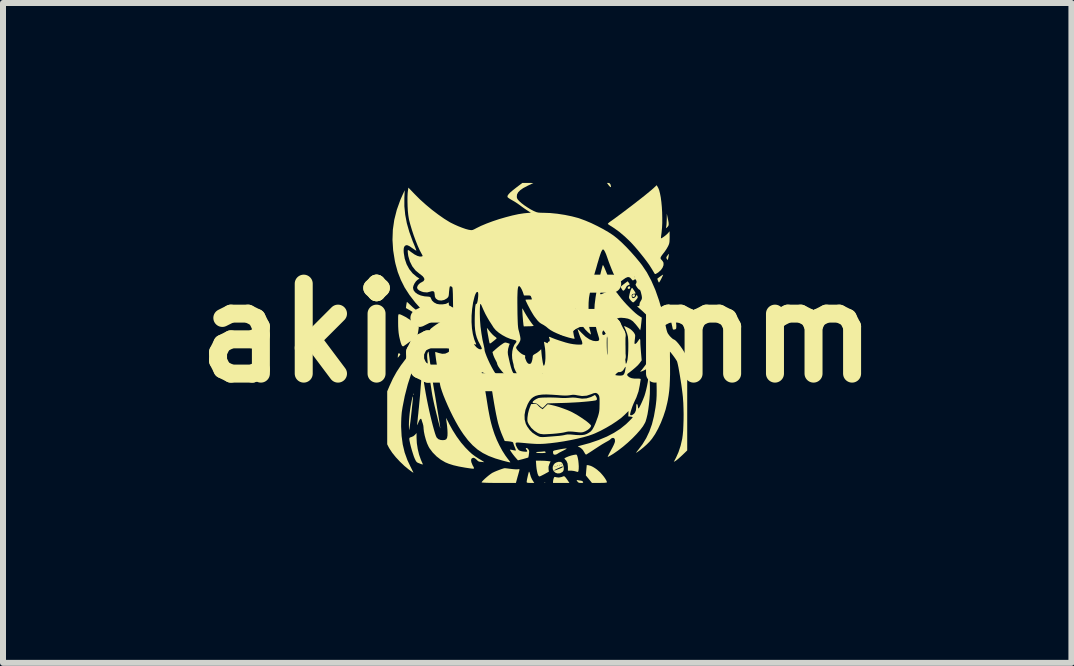
<source format=kicad_pcb>
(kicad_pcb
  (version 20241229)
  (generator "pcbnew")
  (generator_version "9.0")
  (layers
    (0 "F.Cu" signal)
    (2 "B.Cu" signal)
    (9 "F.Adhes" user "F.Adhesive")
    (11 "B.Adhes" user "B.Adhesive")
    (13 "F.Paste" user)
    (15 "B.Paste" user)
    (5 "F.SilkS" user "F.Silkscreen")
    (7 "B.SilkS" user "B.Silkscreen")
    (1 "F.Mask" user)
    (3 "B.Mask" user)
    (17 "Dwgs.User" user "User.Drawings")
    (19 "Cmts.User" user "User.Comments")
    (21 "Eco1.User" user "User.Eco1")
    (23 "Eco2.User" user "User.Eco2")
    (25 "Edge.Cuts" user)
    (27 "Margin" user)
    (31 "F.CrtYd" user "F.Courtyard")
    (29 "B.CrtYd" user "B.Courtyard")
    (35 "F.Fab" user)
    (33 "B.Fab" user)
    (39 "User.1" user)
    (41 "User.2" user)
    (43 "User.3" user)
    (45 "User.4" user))
  (footprint "akia_5mm"
    (layer "F.Cu")
    (at 5.907 2.501)
    (property "Reference" "akia_5mm" (at 0 0 0) (layer "F.SilkS") (effects (font (size 1.5 1.5) (thickness 0.3))))
    (attr board_only exclude_from_pos_files exclude_from_bom)
    (fp_poly (pts (xy -2.064 1.014) (xy -2.063 1.029) (xy -2.065 1.033) (xy -2.07 1.03) (xy -2.07 1.02) (xy -2.068 1.01)) (stroke (width 0) (type solid)) (fill yes) (layer "F.SilkS"))
    (fp_poly (pts (xy 0.134 2.494) (xy 0.132 2.5) (xy 0.127 2.501) (xy 0.119 2.497) (xy 0.12 2.494) (xy 0.132 2.493)) (stroke (width 0) (type solid)) (fill yes) (layer "F.SilkS"))
    (fp_poly (pts (xy 1.209 -2.494) (xy 1.222 -2.475) (xy 1.23 -2.445) (xy 1.228 -2.431) (xy 1.217 -2.434) (xy 1.197 -2.455) (xy 1.194 -2.459) (xy 1.163 -2.501) (xy 1.187 -2.501)) (stroke (width 0) (type solid)) (fill yes) (layer "F.SilkS"))
    (fp_poly (pts (xy 1.545 -0.774) (xy 1.551 -0.757) (xy 1.55 -0.748) (xy 1.537 -0.735) (xy 1.519 -0.735) (xy 1.509 -0.743) (xy 1.508 -0.758) (xy 1.519 -0.772) (xy 1.535 -0.778)) (stroke (width 0) (type solid)) (fill yes) (layer "F.SilkS"))
    (fp_poly (pts (xy 1.628 -0.64) (xy 1.63 -0.623) (xy 1.621 -0.605) (xy 1.606 -0.597) (xy 1.591 -0.602) (xy 1.587 -0.609) (xy 1.586 -0.631) (xy 1.601 -0.643) (xy 1.613 -0.645)) (stroke (width 0) (type solid)) (fill yes) (layer "F.SilkS"))
    (fp_poly (pts (xy -2.296 0.342) (xy -2.294 0.344) (xy -2.284 0.354) (xy -2.285 0.364) (xy -2.299 0.383) (xy -2.301 0.386) (xy -2.325 0.415) (xy -2.324 0.391) (xy -2.321 0.364) (xy -2.317 0.349) (xy -2.309 0.337)) (stroke (width 0) (type solid)) (fill yes) (layer "F.SilkS"))
    (fp_poly (pts (xy 1.302 -0.071) (xy 1.306 -0.051) (xy 1.298 -0.018) (xy 1.294 -0.008) (xy 1.272 0.032) (xy 1.252 0.054) (xy 1.235 0.057) (xy 1.228 0.052) (xy 1.221 0.033) (xy 1.225 0.004) (xy 1.238 -0.028) (xy 1.246 -0.042) (xy 1.27 -0.069) (xy 1.289 -0.078)) (stroke (width 0) (type solid)) (fill yes) (layer "F.SilkS"))
    (fp_poly (pts (xy 2.173 -1.929) (xy 2.184 -1.875) (xy 2.191 -1.836) (xy 2.192 -1.808) (xy 2.188 -1.789) (xy 2.179 -1.775) (xy 2.171 -1.767) (xy 2.146 -1.744) (xy 2.153 -1.783) (xy 2.156 -1.811) (xy 2.158 -1.852) (xy 2.16 -1.896) (xy 2.16 -1.905) (xy 2.161 -1.988)) (stroke (width 0) (type solid)) (fill yes) (layer "F.SilkS"))
    (fp_poly (pts (xy 2.195 -1.31) (xy 2.192 -1.29) (xy 2.188 -1.264) (xy 2.183 -1.24) (xy 2.179 -1.228) (xy 2.174 -1.217) (xy 2.167 -1.222) (xy 2.16 -1.234) (xy 2.153 -1.252) (xy 2.156 -1.268) (xy 2.17 -1.288) (xy 2.184 -1.308) (xy 2.194 -1.318) (xy 2.194 -1.319)) (stroke (width 0) (type solid)) (fill yes) (layer "F.SilkS"))
    (fp_poly (pts (xy 0.674 2.455) (xy 0.675 2.455) (xy 0.704 2.46) (xy 0.725 2.462) (xy 0.751 2.469) (xy 0.762 2.481) (xy 0.767 2.493) (xy 0.761 2.499) (xy 0.742 2.501) (xy 0.729 2.501) (xy 0.7 2.499) (xy 0.681 2.49) (xy 0.669 2.475) (xy 0.658 2.457) (xy 0.659 2.452)) (stroke (width 0) (type solid)) (fill yes) (layer "F.SilkS"))
    (fp_poly (pts (xy 0.456 2.393) (xy 0.474 2.411) (xy 0.494 2.438) (xy 0.497 2.442) (xy 0.537 2.501) (xy 0.401 2.501) (xy 0.264 2.501) (xy 0.264 2.478) (xy 0.267 2.452) (xy 0.274 2.426) (xy 0.282 2.407) (xy 0.292 2.401) (xy 0.311 2.404) (xy 0.322 2.407) (xy 0.359 2.411) (xy 0.4 2.404) (xy 0.446 2.388)) (stroke (width 0) (type solid)) (fill yes) (layer "F.SilkS"))
    (fp_poly (pts (xy 0.137 1.982) (xy 0.14 1.987) (xy 0.141 1.995) (xy 0.133 1.999) (xy 0.114 2.002) (xy 0.08 2.003) (xy 0.063 2.003) (xy 0.023 2.002) (xy -0.006 1.999) (xy -0.019 1.994) (xy -0.02 1.993) (xy -0.011 1.987) (xy 0.011 1.983) (xy 0.022 1.983) (xy 0.059 1.981) (xy 0.094 1.978) (xy 0.099 1.977) (xy 0.124 1.975)) (stroke (width 0) (type solid)) (fill yes) (layer "F.SilkS"))
    (fp_poly (pts (xy -0.132 2.317) (xy -0.124 2.336) (xy -0.118 2.358) (xy -0.106 2.399) (xy -0.087 2.441) (xy -0.078 2.456) (xy -0.049 2.501) (xy -0.113 2.501) (xy -0.149 2.5) (xy -0.169 2.496) (xy -0.176 2.489) (xy -0.176 2.487) (xy -0.174 2.468) (xy -0.169 2.438) (xy -0.161 2.402) (xy -0.153 2.366) (xy -0.145 2.336) (xy -0.139 2.316) (xy -0.137 2.313)) (stroke (width 0) (type solid)) (fill yes) (layer "F.SilkS"))
    (fp_poly (pts (xy 2.096 -0.96) (xy 2.085 -0.937) (xy 2.071 -0.908) (xy 2.056 -0.879) (xy 2.042 -0.855) (xy 2.033 -0.842) (xy 2.031 -0.84) (xy 2.023 -0.848) (xy 2.014 -0.868) (xy 2.013 -0.871) (xy 2.006 -0.892) (xy 2.003 -0.904) (xy 2.003 -0.904) (xy 2.01 -0.911) (xy 2.029 -0.925) (xy 2.052 -0.942) (xy 2.077 -0.959) (xy 2.095 -0.97) (xy 2.1 -0.972)) (stroke (width 0) (type solid)) (fill yes) (layer "F.SilkS"))
    (fp_poly (pts (xy 0.855 2.206) (xy 0.897 2.218) (xy 0.945 2.243) (xy 0.996 2.278) (xy 1.046 2.322) (xy 1.06 2.336) (xy 1.097 2.379) (xy 1.128 2.42) (xy 1.15 2.456) (xy 1.162 2.484) (xy 1.163 2.491) (xy 1.153 2.495) (xy 1.125 2.499) (xy 1.08 2.5) (xy 1.038 2.501) (xy 0.913 2.501) (xy 0.862 2.438) (xy 0.811 2.376) (xy 0.818 2.289) (xy 0.826 2.203)) (stroke (width 0) (type solid)) (fill yes) (layer "F.SilkS"))
    (fp_poly (pts (xy 1.526 -0.838) (xy 1.54 -0.817) (xy 1.54 -0.806) (xy 1.526 -0.799) (xy 1.519 -0.797) (xy 1.495 -0.782) (xy 1.484 -0.764) (xy 1.47 -0.738) (xy 1.454 -0.716) (xy 1.438 -0.704) (xy 1.435 -0.703) (xy 1.424 -0.711) (xy 1.42 -0.716) (xy 1.41 -0.733) (xy 1.399 -0.749) (xy 1.394 -0.761) (xy 1.395 -0.771) (xy 1.405 -0.783) (xy 1.428 -0.801) (xy 1.447 -0.816) (xy 1.508 -0.861)) (stroke (width 0) (type solid)) (fill yes) (layer "F.SilkS"))
    (fp_poly (pts (xy 0.05 2.13) (xy 0.095 2.131) (xy 0.14 2.133) (xy 0.172 2.136) (xy 0.223 2.142) (xy 0.203 2.186) (xy 0.189 2.23) (xy 0.189 2.271) (xy 0.195 2.312) (xy 0.123 2.353) (xy 0.088 2.371) (xy 0.058 2.386) (xy 0.039 2.393) (xy 0.036 2.393) (xy 0.022 2.384) (xy 0.009 2.355) (xy 0.005 2.342) (xy -0.003 2.307) (xy -0.011 2.262) (xy -0.016 2.215) (xy -0.016 2.211) (xy -0.022 2.13)) (stroke (width 0) (type solid)) (fill yes) (layer "F.SilkS"))
    (fp_poly (pts (xy 0.49 1.927) (xy 0.489 1.932) (xy 0.471 1.943) (xy 0.441 1.959) (xy 0.403 1.978) (xy 0.368 1.996) (xy 0.344 2.011) (xy 0.342 2.013) (xy 0.313 2.028) (xy 0.289 2.03) (xy 0.276 2.026) (xy 0.267 2.013) (xy 0.264 1.992) (xy 0.264 1.98) (xy 0.266 1.971) (xy 0.274 1.965) (xy 0.29 1.959) (xy 0.317 1.953) (xy 0.358 1.945) (xy 0.389 1.939) (xy 0.441 1.93) (xy 0.475 1.926)) (stroke (width 0) (type solid)) (fill yes) (layer "F.SilkS"))
    (fp_poly (pts (xy -0.83 -0.075) (xy -0.814 -0.055) (xy -0.798 -0.034) (xy -0.77 0.0002) (xy -0.74 0.032) (xy -0.715 0.054) (xy -0.692 0.071) (xy -0.678 0.084) (xy -0.675 0.088) (xy -0.682 0.096) (xy -0.701 0.113) (xy -0.728 0.135) (xy -0.733 0.139) (xy -0.762 0.162) (xy -0.781 0.174) (xy -0.791 0.175) (xy -0.795 0.168) (xy -0.799 0.151) (xy -0.805 0.12) (xy -0.813 0.077) (xy -0.822 0.028) (xy -0.831 -0.024) (xy -0.836 -0.058) (xy -0.839 -0.075) (xy -0.837 -0.081)) (stroke (width 0) (type solid)) (fill yes) (layer "F.SilkS"))
    (fp_poly (pts (xy -0.243 -0.403) (xy -0.232 -0.384) (xy -0.219 -0.36) (xy -0.203 -0.331) (xy -0.181 -0.294) (xy -0.156 -0.254) (xy -0.13 -0.214) (xy -0.105 -0.179) (xy -0.085 -0.151) (xy -0.071 -0.134) (xy -0.069 -0.132) (xy -0.059 -0.123) (xy -0.065 -0.117) (xy -0.087 -0.113) (xy -0.127 -0.111) (xy -0.141 -0.111) (xy -0.224 -0.109) (xy -0.23 -0.14) (xy -0.232 -0.162) (xy -0.236 -0.196) (xy -0.239 -0.238) (xy -0.243 -0.283) (xy -0.246 -0.327) (xy -0.248 -0.365) (xy -0.249 -0.394) (xy -0.249 -0.408) (xy -0.249 -0.409)) (stroke (width 0) (type solid)) (fill yes) (layer "F.SilkS"))
    (fp_poly (pts (xy -2.072 1.07) (xy -2.073 1.088) (xy -2.076 1.122) (xy -2.08 1.167) (xy -2.086 1.222) (xy -2.092 1.282) (xy -2.099 1.345) (xy -2.106 1.409) (xy -2.113 1.469) (xy -2.12 1.523) (xy -2.126 1.568) (xy -2.131 1.6) (xy -2.134 1.618) (xy -2.134 1.62) (xy -2.136 1.613) (xy -2.138 1.59) (xy -2.139 1.556) (xy -2.139 1.523) (xy -2.138 1.473) (xy -2.133 1.411) (xy -2.127 1.345) (xy -2.12 1.287) (xy -2.11 1.223) (xy -2.1 1.167) (xy -2.091 1.121) (xy -2.084 1.086) (xy -2.078 1.065) (xy -2.074 1.059)) (stroke (width 0) (type solid)) (fill yes) (layer "F.SilkS"))
    (fp_poly (pts (xy 0.656 2.03) (xy 0.658 2.031) (xy 0.668 2.051) (xy 0.677 2.085) (xy 0.685 2.128) (xy 0.69 2.177) (xy 0.693 2.224) (xy 0.692 2.266) (xy 0.688 2.298) (xy 0.686 2.307) (xy 0.679 2.316) (xy 0.666 2.316) (xy 0.645 2.31) (xy 0.614 2.302) (xy 0.576 2.297) (xy 0.561 2.297) (xy 0.512 2.296) (xy 0.512 2.233) (xy 0.506 2.177) (xy 0.488 2.134) (xy 0.46 2.103) (xy 0.453 2.096) (xy 0.459 2.088) (xy 0.479 2.077) (xy 0.489 2.072) (xy 0.529 2.056) (xy 0.57 2.043) (xy 0.608 2.034) (xy 0.638 2.029)) (stroke (width 0) (type solid)) (fill yes) (layer "F.SilkS"))
    (fp_poly (pts (xy -2.012 1.747) (xy -2.007 1.839) (xy -1.992 1.936) (xy -1.969 2.031) (xy -1.939 2.116) (xy -1.923 2.153) (xy -1.912 2.176) (xy -1.907 2.191) (xy -1.907 2.193) (xy -1.917 2.192) (xy -1.94 2.185) (xy -1.962 2.176) (xy -1.991 2.165) (xy -2.01 2.152) (xy -2.024 2.133) (xy -2.039 2.102) (xy -2.042 2.096) (xy -2.057 2.059) (xy -2.073 2.01) (xy -2.09 1.955) (xy -2.106 1.898) (xy -2.119 1.845) (xy -2.128 1.801) (xy -2.132 1.779) (xy -2.132 1.756) (xy -2.124 1.745) (xy -2.103 1.737) (xy -2.098 1.736) (xy -2.064 1.721) (xy -2.037 1.698) (xy -2.012 1.669)) (stroke (width 0) (type solid)) (fill yes) (layer "F.SilkS"))
    (fp_poly (pts (xy 2.211 -0.465) (xy 2.223 -0.446) (xy 2.239 -0.412) (xy 2.243 -0.405) (xy 2.282 -0.308) (xy 2.307 -0.22) (xy 2.318 -0.141) (xy 2.319 -0.13) (xy 2.319 -0.096) (xy 2.317 -0.075) (xy 2.311 -0.065) (xy 2.299 -0.059) (xy 2.293 -0.058) (xy 2.269 -0.055) (xy 2.262 -0.062) (xy 2.258 -0.075) (xy 2.252 -0.104) (xy 2.243 -0.144) (xy 2.232 -0.192) (xy 2.228 -0.21) (xy 2.216 -0.264) (xy 2.204 -0.315) (xy 2.193 -0.359) (xy 2.185 -0.39) (xy 2.183 -0.395) (xy 2.173 -0.431) (xy 2.17 -0.453) (xy 2.174 -0.465) (xy 2.185 -0.471) (xy 2.189 -0.472) (xy 2.2 -0.472)) (stroke (width 0) (type solid)) (fill yes) (layer "F.SilkS"))
    (fp_poly (pts (xy -1.461 -0.256) (xy -1.455 -0.249) (xy -1.454 -0.247) (xy -1.448 -0.22) (xy -1.446 -0.179) (xy -1.447 -0.13) (xy -1.45 -0.077) (xy -1.456 -0.026) (xy -1.464 0.018) (xy -1.465 0.023) (xy -1.481 0.076) (xy -1.5 0.125) (xy -1.521 0.168) (xy -1.542 0.2) (xy -1.561 0.219) (xy -1.569 0.223) (xy -1.585 0.219) (xy -1.614 0.209) (xy -1.652 0.192) (xy -1.695 0.17) (xy -1.698 0.169) (xy -1.808 0.112) (xy -1.801 0.029) (xy -1.798 -0.013) (xy -1.793 -0.04) (xy -1.786 -0.058) (xy -1.774 -0.071) (xy -1.769 -0.076) (xy -1.734 -0.103) (xy -1.688 -0.136) (xy -1.636 -0.17) (xy -1.584 -0.201) (xy -1.539 -0.226) (xy -1.524 -0.234) (xy -1.491 -0.249) (xy -1.471 -0.256)) (stroke (width 0) (type solid)) (fill yes) (layer "F.SilkS"))
    (fp_poly (pts (xy -0.529 2.256) (xy -0.501 2.259) (xy -0.464 2.264) (xy -0.446 2.266) (xy -0.402 2.271) (xy -0.362 2.274) (xy -0.332 2.274) (xy -0.325 2.273) (xy -0.303 2.271) (xy -0.295 2.275) (xy -0.296 2.284) (xy -0.3 2.3) (xy -0.308 2.33) (xy -0.319 2.37) (xy -0.328 2.401) (xy -0.355 2.501) (xy -0.641 2.501) (xy -0.714 2.501) (xy -0.78 2.5) (xy -0.837 2.499) (xy -0.882 2.497) (xy -0.913 2.495) (xy -0.927 2.493) (xy -0.928 2.493) (xy -0.921 2.48) (xy -0.901 2.458) (xy -0.873 2.431) (xy -0.84 2.402) (xy -0.806 2.374) (xy -0.774 2.35) (xy -0.747 2.332) (xy -0.742 2.33) (xy -0.711 2.315) (xy -0.673 2.299) (xy -0.631 2.283) (xy -0.592 2.269) (xy -0.561 2.259) (xy -0.542 2.255)) (stroke (width 0) (type solid)) (fill yes) (layer "F.SilkS"))
    (fp_poly (pts (xy 1.589 -0.745) (xy 1.602 -0.726) (xy 1.618 -0.703) (xy 1.632 -0.68) (xy 1.64 -0.663) (xy 1.641 -0.66) (xy 1.633 -0.656) (xy 1.612 -0.653) (xy 1.609 -0.653) (xy 1.587 -0.647) (xy 1.577 -0.634) (xy 1.575 -0.624) (xy 1.578 -0.597) (xy 1.591 -0.582) (xy 1.611 -0.581) (xy 1.632 -0.594) (xy 1.648 -0.615) (xy 1.659 -0.637) (xy 1.67 -0.616) (xy 1.676 -0.602) (xy 1.675 -0.59) (xy 1.666 -0.573) (xy 1.646 -0.549) (xy 1.633 -0.535) (xy 1.614 -0.517) (xy 1.6 -0.509) (xy 1.598 -0.509) (xy 1.586 -0.516) (xy 1.567 -0.534) (xy 1.557 -0.545) (xy 1.54 -0.566) (xy 1.532 -0.582) (xy 1.531 -0.601) (xy 1.536 -0.629) (xy 1.538 -0.64) (xy 1.548 -0.681) (xy 1.559 -0.716) (xy 1.571 -0.741) (xy 1.581 -0.752) (xy 1.582 -0.752)) (stroke (width 0) (type solid)) (fill yes) (layer "F.SilkS"))
    (fp_poly (pts (xy -2.279 -0.307) (xy -2.242 -0.29) (xy -2.197 -0.267) (xy -2.149 -0.237) (xy -2.101 -0.205) (xy -2.057 -0.172) (xy -2.021 -0.141) (xy -2.015 -0.135) (xy -1.974 -0.093) (xy -1.984 -0.025) (xy -1.992 0.018) (xy -2.003 0.047) (xy -2.019 0.07) (xy -2.019 0.071) (xy -2.038 0.088) (xy -2.051 0.097) (xy -2.053 0.098) (xy -2.063 0.103) (xy -2.085 0.118) (xy -2.116 0.14) (xy -2.144 0.161) (xy -2.179 0.187) (xy -2.209 0.208) (xy -2.229 0.221) (xy -2.236 0.225) (xy -2.249 0.218) (xy -2.255 0.212) (xy -2.264 0.194) (xy -2.276 0.16) (xy -2.288 0.115) (xy -2.3 0.064) (xy -2.306 0.029) (xy -2.311 -0.005) (xy -2.315 -0.052) (xy -2.318 -0.108) (xy -2.319 -0.165) (xy -2.319 -0.173) (xy -2.319 -0.229) (xy -2.319 -0.268) (xy -2.317 -0.293) (xy -2.313 -0.307) (xy -2.308 -0.312) (xy -2.306 -0.313)) (stroke (width 0) (type solid)) (fill yes) (layer "F.SilkS"))
    (fp_poly (pts (xy -1.811 0.318) (xy -1.807 0.339) (xy -1.802 0.377) (xy -1.801 0.386) (xy -1.792 0.451) (xy -1.782 0.525) (xy -1.771 0.604) (xy -1.76 0.684) (xy -1.749 0.76) (xy -1.739 0.829) (xy -1.73 0.886) (xy -1.724 0.923) (xy -1.701 1.056) (xy -1.682 1.171) (xy -1.666 1.269) (xy -1.652 1.352) (xy -1.641 1.42) (xy -1.632 1.474) (xy -1.626 1.517) (xy -1.621 1.548) (xy -1.618 1.57) (xy -1.616 1.584) (xy -1.616 1.59) (xy -1.616 1.59) (xy -1.619 1.582) (xy -1.626 1.558) (xy -1.637 1.519) (xy -1.65 1.47) (xy -1.664 1.411) (xy -1.674 1.371) (xy -1.695 1.285) (xy -1.712 1.214) (xy -1.726 1.151) (xy -1.738 1.094) (xy -1.749 1.037) (xy -1.759 0.977) (xy -1.769 0.91) (xy -1.781 0.832) (xy -1.792 0.752) (xy -1.806 0.654) (xy -1.817 0.574) (xy -1.825 0.509) (xy -1.83 0.457) (xy -1.834 0.417) (xy -1.835 0.386) (xy -1.834 0.363) (xy -1.831 0.345) (xy -1.826 0.331) (xy -1.826 0.33) (xy -1.819 0.316) (xy -1.815 0.311)) (stroke (width 0) (type solid)) (fill yes) (layer "F.SilkS"))
    (fp_poly (pts (xy 0.979 1.056) (xy 0.992 1.08) (xy 0.996 1.099) (xy 0.992 1.116) (xy 0.975 1.125) (xy 0.964 1.127) (xy 0.918 1.134) (xy 0.856 1.141) (xy 0.781 1.148) (xy 0.696 1.155) (xy 0.605 1.16) (xy 0.511 1.165) (xy 0.418 1.168) (xy 0.408 1.168) (xy 0.167 1.175) (xy 0.13 1.213) (xy 0.109 1.234) (xy 0.092 1.248) (xy 0.086 1.25) (xy 0.075 1.244) (xy 0.055 1.228) (xy 0.035 1.211) (xy 0.006 1.187) (xy -0.019 1.175) (xy -0.043 1.172) (xy -0.069 1.169) (xy -0.078 1.159) (xy -0.078 1.158) (xy -0.07 1.141) (xy -0.048 1.122) (xy -0.018 1.103) (xy 0.015 1.088) (xy 0.024 1.085) (xy 0.051 1.081) (xy 0.092 1.078) (xy 0.144 1.077) (xy 0.203 1.076) (xy 0.264 1.077) (xy 0.322 1.079) (xy 0.373 1.082) (xy 0.381 1.083) (xy 0.422 1.085) (xy 0.472 1.085) (xy 0.523 1.082) (xy 0.532 1.081) (xy 0.594 1.077) (xy 0.642 1.08) (xy 0.667 1.084) (xy 0.747 1.096) (xy 0.823 1.091) (xy 0.892 1.07) (xy 0.904 1.065) (xy 0.962 1.034)) (stroke (width 0) (type solid)) (fill yes) (layer "F.SilkS"))
    (fp_poly (pts (xy -1.897 0.093) (xy -1.89 0.102) (xy -1.878 0.126) (xy -1.876 0.141) (xy -1.88 0.156) (xy -1.891 0.186) (xy -1.909 0.225) (xy -1.931 0.272) (xy -1.945 0.303) (xy -2.025 0.479) (xy -2.096 0.665) (xy -2.158 0.857) (xy -2.208 1.05) (xy -2.245 1.237) (xy -2.258 1.319) (xy -2.262 1.364) (xy -2.266 1.421) (xy -2.268 1.485) (xy -2.269 1.548) (xy -2.269 1.563) (xy -2.261 1.718) (xy -2.242 1.861) (xy -2.21 1.994) (xy -2.164 2.122) (xy -2.114 2.227) (xy -2.094 2.267) (xy -2.078 2.3) (xy -2.067 2.322) (xy -2.064 2.331) (xy -2.072 2.327) (xy -2.093 2.313) (xy -2.121 2.292) (xy -2.138 2.28) (xy -2.215 2.217) (xy -2.289 2.146) (xy -2.357 2.073) (xy -2.416 2) (xy -2.462 1.931) (xy -2.478 1.903) (xy -2.501 1.857) (xy -2.501 1.416) (xy -2.501 0.974) (xy -2.461 0.88) (xy -2.406 0.761) (xy -2.344 0.649) (xy -2.274 0.542) (xy -2.193 0.434) (xy -2.097 0.321) (xy -2.079 0.302) (xy -2.047 0.265) (xy -2.019 0.23) (xy -1.998 0.201) (xy -1.989 0.184) (xy -1.973 0.157) (xy -1.95 0.128) (xy -1.939 0.117) (xy -1.918 0.098) (xy -1.905 0.09)) (stroke (width 0) (type solid)) (fill yes) (layer "F.SilkS"))
    (fp_poly (pts (xy -0.006 1.189) (xy 0.009 1.203) (xy 0.011 1.206) (xy 0.033 1.229) (xy 0.059 1.251) (xy 0.06 1.251) (xy 0.09 1.272) (xy 0.132 1.231) (xy 0.175 1.189) (xy 0.236 1.201) (xy 0.294 1.215) (xy 0.363 1.235) (xy 0.434 1.26) (xy 0.503 1.286) (xy 0.561 1.311) (xy 0.571 1.316) (xy 0.623 1.344) (xy 0.677 1.375) (xy 0.73 1.409) (xy 0.781 1.444) (xy 0.826 1.476) (xy 0.862 1.506) (xy 0.887 1.53) (xy 0.898 1.546) (xy 0.899 1.549) (xy 0.89 1.57) (xy 0.868 1.596) (xy 0.837 1.62) (xy 0.801 1.64) (xy 0.799 1.641) (xy 0.762 1.655) (xy 0.728 1.659) (xy 0.694 1.657) (xy 0.631 1.65) (xy 0.583 1.645) (xy 0.547 1.644) (xy 0.518 1.644) (xy 0.493 1.648) (xy 0.468 1.654) (xy 0.464 1.655) (xy 0.432 1.662) (xy 0.385 1.669) (xy 0.327 1.676) (xy 0.263 1.682) (xy 0.199 1.686) (xy 0.138 1.689) (xy 0.103 1.69) (xy 0.049 1.683) (xy 0.013 1.67) (xy -0.046 1.632) (xy -0.099 1.583) (xy -0.139 1.527) (xy -0.141 1.524) (xy -0.154 1.497) (xy -0.162 1.475) (xy -0.164 1.45) (xy -0.163 1.416) (xy -0.161 1.399) (xy -0.153 1.343) (xy -0.138 1.284) (xy -0.128 1.255) (xy -0.102 1.187) (xy -0.055 1.184) (xy -0.025 1.184)) (stroke (width 0) (type solid)) (fill yes) (layer "F.SilkS"))
    (fp_poly (pts (xy 0.389 2.15) (xy 0.405 2.157) (xy 0.423 2.179) (xy 0.436 2.213) (xy 0.443 2.252) (xy 0.443 2.257) (xy 0.441 2.287) (xy 0.43 2.309) (xy 0.417 2.321) (xy 0.381 2.34) (xy 0.34 2.343) (xy 0.305 2.332) (xy 0.275 2.305) (xy 0.269 2.291) (xy 0.283 2.291) (xy 0.284 2.294) (xy 0.288 2.295) (xy 0.3 2.291) (xy 0.322 2.284) (xy 0.357 2.27) (xy 0.374 2.264) (xy 0.406 2.25) (xy 0.426 2.238) (xy 0.431 2.23) (xy 0.42 2.227) (xy 0.405 2.231) (xy 0.381 2.241) (xy 0.351 2.254) (xy 0.321 2.268) (xy 0.297 2.281) (xy 0.284 2.29) (xy 0.283 2.291) (xy 0.269 2.291) (xy 0.259 2.27) (xy 0.259 2.232) (xy 0.283 2.232) (xy 0.288 2.237) (xy 0.293 2.232) (xy 0.288 2.227) (xy 0.283 2.232) (xy 0.259 2.232) (xy 0.259 2.232) (xy 0.264 2.221) (xy 0.306 2.221) (xy 0.307 2.227) (xy 0.313 2.227) (xy 0.321 2.224) (xy 0.319 2.221) (xy 0.308 2.22) (xy 0.306 2.221) (xy 0.264 2.221) (xy 0.268 2.211) (xy 0.335 2.211) (xy 0.337 2.217) (xy 0.342 2.218) (xy 0.35 2.214) (xy 0.348 2.211) (xy 0.337 2.21) (xy 0.335 2.211) (xy 0.268 2.211) (xy 0.273 2.201) (xy 0.365 2.201) (xy 0.366 2.207) (xy 0.371 2.208) (xy 0.379 2.204) (xy 0.378 2.201) (xy 0.366 2.2) (xy 0.365 2.201) (xy 0.273 2.201) (xy 0.275 2.195) (xy 0.279 2.192) (xy 0.394 2.192) (xy 0.395 2.197) (xy 0.401 2.198) (xy 0.409 2.195) (xy 0.407 2.192) (xy 0.395 2.19) (xy 0.394 2.192) (xy 0.279 2.192) (xy 0.295 2.173) (xy 0.323 2.158) (xy 0.357 2.149)) (stroke (width 0) (type solid)) (fill yes) (layer "F.SilkS"))
    (fp_poly (pts (xy 2.018 -2.418) (xy 2.033 -2.381) (xy 2.047 -2.327) (xy 2.06 -2.26) (xy 2.07 -2.183) (xy 2.078 -2.099) (xy 2.083 -2.011) (xy 2.085 -1.921) (xy 2.085 -1.834) (xy 2.081 -1.752) (xy 2.074 -1.679) (xy 2.072 -1.662) (xy 2.067 -1.625) (xy 2.064 -1.595) (xy 2.063 -1.579) (xy 2.063 -1.577) (xy 2.073 -1.58) (xy 2.094 -1.592) (xy 2.119 -1.61) (xy 2.146 -1.631) (xy 2.169 -1.652) (xy 2.181 -1.664) (xy 2.207 -1.695) (xy 2.208 -1.596) (xy 2.207 -1.549) (xy 2.205 -1.516) (xy 2.2 -1.49) (xy 2.191 -1.465) (xy 2.179 -1.44) (xy 2.156 -1.4) (xy 2.127 -1.357) (xy 2.105 -1.329) (xy 2.077 -1.292) (xy 2.06 -1.266) (xy 2.056 -1.247) (xy 2.061 -1.231) (xy 2.075 -1.217) (xy 2.094 -1.193) (xy 2.106 -1.169) (xy 2.106 -1.169) (xy 2.106 -1.13) (xy 2.09 -1.088) (xy 2.061 -1.047) (xy 2.021 -1.011) (xy 1.995 -0.994) (xy 1.974 -0.983) (xy 1.963 -0.983) (xy 1.954 -0.994) (xy 1.951 -0.999) (xy 1.94 -1.018) (xy 1.922 -1.048) (xy 1.901 -1.083) (xy 1.897 -1.089) (xy 1.869 -1.133) (xy 1.831 -1.186) (xy 1.784 -1.248) (xy 1.733 -1.312) (xy 1.679 -1.378) (xy 1.626 -1.44) (xy 1.576 -1.495) (xy 1.55 -1.522) (xy 1.461 -1.607) (xy 1.369 -1.685) (xy 1.278 -1.75) (xy 1.243 -1.773) (xy 1.212 -1.792) (xy 1.189 -1.808) (xy 1.177 -1.817) (xy 1.177 -1.817) (xy 1.182 -1.826) (xy 1.199 -1.842) (xy 1.219 -1.857) (xy 1.287 -1.905) (xy 1.361 -1.96) (xy 1.439 -2.018) (xy 1.519 -2.079) (xy 1.598 -2.139) (xy 1.675 -2.199) (xy 1.747 -2.255) (xy 1.812 -2.307) (xy 1.867 -2.352) (xy 1.91 -2.388) (xy 1.934 -2.409) (xy 1.992 -2.463)) (stroke (width 0) (type solid)) (fill yes) (layer "F.SilkS"))
    (fp_poly (pts (xy -1.92 0.637) (xy -1.917 0.647) (xy -1.912 0.674) (xy -1.905 0.715) (xy -1.897 0.766) (xy -1.888 0.825) (xy -1.886 0.846) (xy -1.873 0.925) (xy -1.858 1.012) (xy -1.841 1.103) (xy -1.822 1.197) (xy -1.802 1.291) (xy -1.781 1.382) (xy -1.76 1.468) (xy -1.74 1.547) (xy -1.721 1.616) (xy -1.704 1.674) (xy -1.689 1.717) (xy -1.677 1.743) (xy -1.676 1.744) (xy -1.649 1.771) (xy -1.609 1.785) (xy -1.572 1.788) (xy -1.539 1.784) (xy -1.516 1.772) (xy -1.503 1.749) (xy -1.496 1.711) (xy -1.495 1.668) (xy -1.497 1.617) (xy -1.502 1.558) (xy -1.508 1.506) (xy -1.509 1.504) (xy -1.514 1.467) (xy -1.518 1.437) (xy -1.52 1.421) (xy -1.519 1.419) (xy -1.515 1.426) (xy -1.503 1.448) (xy -1.486 1.48) (xy -1.468 1.517) (xy -1.41 1.622) (xy -1.344 1.726) (xy -1.272 1.825) (xy -1.199 1.91) (xy -1.195 1.914) (xy -1.139 1.971) (xy -1.089 2.017) (xy -1.036 2.057) (xy -0.976 2.096) (xy -0.94 2.117) (xy -0.91 2.136) (xy -0.891 2.149) (xy -0.885 2.155) (xy -0.889 2.155) (xy -0.917 2.151) (xy -0.946 2.149) (xy -0.973 2.145) (xy -0.997 2.128) (xy -1.009 2.115) (xy -1.039 2.09) (xy -1.066 2.081) (xy -1.09 2.091) (xy -1.092 2.093) (xy -1.103 2.117) (xy -1.099 2.153) (xy -1.08 2.2) (xy -1.075 2.211) (xy -1.062 2.233) (xy -1.055 2.249) (xy -1.054 2.259) (xy -1.062 2.263) (xy -1.082 2.263) (xy -1.115 2.259) (xy -1.163 2.252) (xy -1.202 2.246) (xy -1.307 2.227) (xy -1.397 2.206) (xy -1.473 2.182) (xy -1.531 2.158) (xy -1.607 2.114) (xy -1.679 2.058) (xy -1.743 1.993) (xy -1.795 1.924) (xy -1.813 1.892) (xy -1.837 1.839) (xy -1.858 1.776) (xy -1.876 1.71) (xy -1.889 1.646) (xy -1.895 1.592) (xy -1.895 1.582) (xy -1.899 1.546) (xy -1.908 1.51) (xy -1.909 1.507) (xy -1.919 1.478) (xy -1.926 1.454) (xy -1.927 1.451) (xy -1.934 1.433) (xy -1.945 1.432) (xy -1.96 1.447) (xy -1.975 1.477) (xy -1.98 1.49) (xy -1.991 1.518) (xy -1.999 1.535) (xy -2.002 1.537) (xy -2.001 1.524) (xy -1.999 1.495) (xy -1.994 1.452) (xy -1.989 1.398) (xy -1.982 1.337) (xy -1.979 1.302) (xy -1.973 1.247) (xy -1.967 1.182) (xy -1.96 1.11) (xy -1.953 1.034) (xy -1.947 0.956) (xy -1.941 0.88) (xy -1.935 0.81) (xy -1.931 0.747) (xy -1.927 0.696) (xy -1.925 0.658) (xy -1.925 0.642) (xy -1.921 0.636)) (stroke (width 0) (type solid)) (fill yes) (layer "F.SilkS"))
    (fp_poly (pts (xy -2.215 -2.252) (xy -2.215 -2.111) (xy -2.201 -1.971) (xy -2.174 -1.829) (xy -2.132 -1.683) (xy -2.076 -1.528) (xy -2.054 -1.476) (xy -2.038 -1.436) (xy -2.025 -1.402) (xy -2.017 -1.379) (xy -2.015 -1.371) (xy -2.024 -1.375) (xy -2.045 -1.388) (xy -2.074 -1.408) (xy -2.086 -1.416) (xy -2.129 -1.446) (xy -2.161 -1.461) (xy -2.186 -1.463) (xy -2.205 -1.452) (xy -2.214 -1.441) (xy -2.222 -1.424) (xy -2.226 -1.402) (xy -2.227 -1.37) (xy -2.225 -1.335) (xy -2.209 -1.238) (xy -2.178 -1.146) (xy -2.134 -1.064) (xy -2.076 -0.992) (xy -2.008 -0.935) (xy -2.005 -0.933) (xy -1.964 -0.906) (xy -1.996 -0.885) (xy -2.022 -0.86) (xy -2.046 -0.825) (xy -2.064 -0.786) (xy -2.071 -0.753) (xy -2.071 -0.753) (xy -2.062 -0.713) (xy -2.035 -0.677) (xy -1.994 -0.647) (xy -1.941 -0.624) (xy -1.878 -0.61) (xy -1.85 -0.608) (xy -1.813 -0.605) (xy -1.791 -0.601) (xy -1.78 -0.594) (xy -1.774 -0.583) (xy -1.774 -0.581) (xy -1.754 -0.54) (xy -1.72 -0.508) (xy -1.676 -0.485) (xy -1.625 -0.473) (xy -1.572 -0.473) (xy -1.52 -0.486) (xy -1.505 -0.493) (xy -1.475 -0.509) (xy -1.473 -0.474) (xy -1.472 -0.444) (xy -1.471 -0.42) (xy -1.471 -0.42) (xy -1.475 -0.408) (xy -1.488 -0.396) (xy -1.515 -0.381) (xy -1.545 -0.368) (xy -1.591 -0.345) (xy -1.643 -0.317) (xy -1.688 -0.289) (xy -1.69 -0.288) (xy -1.724 -0.266) (xy -1.747 -0.253) (xy -1.762 -0.248) (xy -1.774 -0.25) (xy -1.787 -0.257) (xy -1.788 -0.257) (xy -1.809 -0.269) (xy -1.823 -0.273) (xy -1.823 -0.273) (xy -1.822 -0.269) (xy -1.807 -0.259) (xy -1.805 -0.258) (xy -1.786 -0.245) (xy -1.778 -0.235) (xy -1.778 -0.235) (xy -1.785 -0.225) (xy -1.802 -0.208) (xy -1.824 -0.188) (xy -1.846 -0.17) (xy -1.863 -0.158) (xy -1.868 -0.156) (xy -1.875 -0.164) (xy -1.886 -0.182) (xy -1.907 -0.21) (xy -1.941 -0.245) (xy -1.984 -0.283) (xy -2.033 -0.32) (xy -2.084 -0.354) (xy -2.105 -0.367) (xy -2.189 -0.415) (xy -2.183 -0.464) (xy -2.178 -0.493) (xy -2.174 -0.512) (xy -2.173 -0.517) (xy -2.165 -0.512) (xy -2.147 -0.496) (xy -2.122 -0.472) (xy -2.109 -0.46) (xy -2.079 -0.431) (xy -2.043 -0.401) (xy -2.006 -0.372) (xy -1.971 -0.347) (xy -1.942 -0.33) (xy -1.924 -0.322) (xy -1.923 -0.322) (xy -1.909 -0.318) (xy -1.885 -0.308) (xy -1.874 -0.303) (xy -1.856 -0.295) (xy -1.846 -0.292) (xy -1.845 -0.297) (xy -1.855 -0.31) (xy -1.877 -0.335) (xy -1.911 -0.371) (xy -1.921 -0.381) (xy -2.034 -0.508) (xy -2.13 -0.633) (xy -2.21 -0.757) (xy -2.274 -0.884) (xy -2.325 -1.015) (xy -2.363 -1.152) (xy -2.373 -1.197) (xy -2.402 -1.378) (xy -2.413 -1.552) (xy -2.407 -1.721) (xy -2.383 -1.887) (xy -2.341 -2.053) (xy -2.281 -2.22) (xy -2.243 -2.306) (xy -2.209 -2.379)) (stroke (width 0) (type solid)) (fill yes) (layer "F.SilkS"))
    (fp_poly (pts (xy -0.156 -2.501) (xy -0.064 -2.5) (xy -0.163 -2.452) (xy -0.233 -2.415) (xy -0.284 -2.379) (xy -0.318 -2.344) (xy -0.337 -2.307) (xy -0.34 -2.268) (xy -0.337 -2.248) (xy -0.325 -2.226) (xy -0.299 -2.197) (xy -0.261 -2.163) (xy -0.215 -2.128) (xy -0.163 -2.093) (xy -0.11 -2.06) (xy -0.058 -2.033) (xy -0.042 -2.026) (xy -0.013 -2.014) (xy 0.017 -2.007) (xy 0.053 -2.004) (xy 0.101 -2.003) (xy 0.105 -2.003) (xy 0.217 -1.999) (xy 0.337 -1.987) (xy 0.46 -1.968) (xy 0.577 -1.944) (xy 0.684 -1.916) (xy 0.708 -1.908) (xy 0.8 -1.874) (xy 0.9 -1.832) (xy 1.001 -1.783) (xy 1.1 -1.731) (xy 1.191 -1.678) (xy 1.268 -1.627) (xy 1.275 -1.622) (xy 1.338 -1.572) (xy 1.409 -1.508) (xy 1.484 -1.434) (xy 1.561 -1.352) (xy 1.637 -1.266) (xy 1.71 -1.178) (xy 1.748 -1.129) (xy 1.828 -1.01) (xy 1.902 -0.872) (xy 1.97 -0.716) (xy 2.031 -0.542) (xy 2.087 -0.349) (xy 2.135 -0.149) (xy 2.147 -0.092) (xy 2.157 -0.05) (xy 2.166 -0.02) (xy 2.175 0.003) (xy 2.187 0.021) (xy 2.201 0.04) (xy 2.212 0.054) (xy 2.238 0.08) (xy 2.261 0.1) (xy 2.278 0.109) (xy 2.278 0.109) (xy 2.297 0.119) (xy 2.323 0.143) (xy 2.354 0.178) (xy 2.387 0.221) (xy 2.42 0.268) (xy 2.451 0.318) (xy 2.455 0.324) (xy 2.501 0.407) (xy 2.501 1.183) (xy 2.501 1.959) (xy 2.42 2.037) (xy 2.384 2.07) (xy 2.35 2.1) (xy 2.323 2.122) (xy 2.308 2.133) (xy 2.277 2.15) (xy 2.315 2.079) (xy 2.356 1.987) (xy 2.391 1.881) (xy 2.418 1.764) (xy 2.418 1.762) (xy 2.426 1.704) (xy 2.433 1.631) (xy 2.437 1.546) (xy 2.44 1.453) (xy 2.441 1.357) (xy 2.439 1.261) (xy 2.436 1.17) (xy 2.43 1.087) (xy 2.429 1.07) (xy 2.422 1.007) (xy 2.413 0.937) (xy 2.403 0.862) (xy 2.391 0.786) (xy 2.379 0.711) (xy 2.367 0.641) (xy 2.356 0.579) (xy 2.345 0.527) (xy 2.336 0.49) (xy 2.33 0.471) (xy 2.32 0.455) (xy 2.304 0.43) (xy 2.283 0.4) (xy 2.26 0.369) (xy 2.239 0.342) (xy 2.222 0.321) (xy 2.214 0.313) (xy 2.213 0.313) (xy 2.213 0.322) (xy 2.213 0.348) (xy 2.213 0.389) (xy 2.214 0.442) (xy 2.214 0.504) (xy 2.215 0.573) (xy 2.215 0.574) (xy 2.215 0.691) (xy 2.212 0.792) (xy 2.208 0.882) (xy 2.201 0.964) (xy 2.191 1.042) (xy 2.178 1.119) (xy 2.168 1.167) (xy 2.141 1.277) (xy 2.105 1.387) (xy 2.063 1.495) (xy 2.016 1.596) (xy 1.966 1.687) (xy 1.914 1.764) (xy 1.873 1.813) (xy 1.825 1.861) (xy 1.77 1.91) (xy 1.714 1.955) (xy 1.666 1.989) (xy 1.652 1.997) (xy 1.648 1.996) (xy 1.656 1.985) (xy 1.675 1.961) (xy 1.681 1.954) (xy 1.756 1.855) (xy 1.818 1.753) (xy 1.87 1.643) (xy 1.913 1.523) (xy 1.946 1.391) (xy 1.972 1.244) (xy 1.979 1.192) (xy 1.987 1.118) (xy 1.991 1.045) (xy 1.992 0.965) (xy 1.991 0.889) (xy 1.989 0.824) (xy 1.986 0.774) (xy 1.982 0.735) (xy 1.977 0.702) (xy 1.97 0.671) (xy 1.96 0.637) (xy 1.959 0.633) (xy 1.946 0.595) (xy 1.934 0.566) (xy 1.925 0.549) (xy 1.922 0.547) (xy 1.91 0.552) (xy 1.885 0.565) (xy 1.853 0.583) (xy 1.84 0.591) (xy 1.804 0.612) (xy 1.77 0.629) (xy 1.746 0.64) (xy 1.741 0.641) (xy 1.714 0.647) (xy 1.745 0.614) (xy 1.807 0.533) (xy 1.857 0.438) (xy 1.893 0.332) (xy 1.91 0.259) (xy 1.917 0.202) (xy 1.922 0.131) (xy 1.924 0.052) (xy 1.923 -0.028) (xy 1.919 -0.105) (xy 1.916 -0.145) (xy 1.909 -0.217) (xy 1.831 -0.292) (xy 1.793 -0.328) (xy 1.755 -0.364) (xy 1.721 -0.394) (xy 1.705 -0.408) (xy 1.68 -0.43) (xy 1.668 -0.442) (xy 1.67 -0.447) (xy 1.68 -0.447) (xy 1.698 -0.448) (xy 1.704 -0.46) (xy 1.705 -0.474) (xy 1.71 -0.501) (xy 1.725 -0.531) (xy 1.728 -0.535) (xy 1.739 -0.554) (xy 1.745 -0.572) (xy 1.746 -0.595) (xy 1.741 -0.627) (xy 1.73 -0.672) (xy 1.729 -0.677) (xy 1.72 -0.705) (xy 1.71 -0.719) (xy 1.706 -0.72) (xy 1.695 -0.725) (xy 1.678 -0.743) (xy 1.664 -0.761) (xy 1.647 -0.788) (xy 1.64 -0.804) (xy 1.643 -0.816) (xy 1.648 -0.822) (xy 1.657 -0.847) (xy 1.655 -0.864) (xy 1.645 -0.889) (xy 1.631 -0.895) (xy 1.612 -0.884) (xy 1.599 -0.875) (xy 1.589 -0.877) (xy 1.575 -0.893) (xy 1.572 -0.897) (xy 1.551 -0.92) (xy 1.529 -0.931) (xy 1.504 -0.93) (xy 1.471 -0.915) (xy 1.43 -0.886) (xy 1.409 -0.87) (xy 1.382 -0.85) (xy 1.362 -0.835) (xy 1.353 -0.83) (xy 1.345 -0.839) (xy 1.331 -0.863) (xy 1.312 -0.901) (xy 1.297 -0.933) (xy 1.622 -0.933) (xy 1.627 -0.928) (xy 1.631 -0.933) (xy 1.627 -0.938) (xy 1.622 -0.933) (xy 1.297 -0.933) (xy 1.29 -0.948) (xy 1.266 -1.003) (xy 1.241 -1.062) (xy 1.217 -1.123) (xy 1.194 -1.183) (xy 1.174 -1.24) (xy 1.167 -1.26) (xy 1.148 -1.313) (xy 1.129 -1.355) (xy 1.113 -1.382) (xy 1.099 -1.393) (xy 1.093 -1.392) (xy 1.081 -1.377) (xy 1.066 -1.349) (xy 1.05 -1.304) (xy 1.03 -1.243) (xy 1.022 -1.214) (xy 1.004 -1.155) (xy 0.985 -1.086) (xy 0.965 -1.019) (xy 0.954 -0.98) (xy 0.939 -0.925) (xy 0.921 -0.858) (xy 0.905 -0.788) (xy 0.89 -0.721) (xy 0.887 -0.711) (xy 0.877 -0.661) (xy 0.869 -0.619) (xy 0.863 -0.582) (xy 0.86 -0.545) (xy 0.857 -0.505) (xy 0.856 -0.455) (xy 0.856 -0.394) (xy 0.856 -0.347) (xy 0.856 -0.274) (xy 0.857 -0.217) (xy 0.858 -0.173) (xy 0.861 -0.138) (xy 0.865 -0.109) (xy 0.87 -0.082) (xy 0.877 -0.055) (xy 0.887 -0.019) (xy 0.893 0.009) (xy 0.896 0.024) (xy 0.896 0.026) (xy 0.887 0.021) (xy 0.869 0.007) (xy 0.843 -0.015) (xy 0.839 -0.019) (xy 0.802 -0.056) (xy 0.77 -0.097) (xy 0.741 -0.147) (xy 0.712 -0.207) (xy 0.683 -0.282) (xy 0.669 -0.321) (xy 0.652 -0.37) (xy 0.635 -0.413) (xy 0.622 -0.445) (xy 0.612 -0.463) (xy 0.609 -0.466) (xy 0.6 -0.46) (xy 0.593 -0.438) (xy 0.587 -0.402) (xy 0.584 -0.354) (xy 0.583 -0.299) (xy 0.584 -0.238) (xy 0.586 -0.174) (xy 0.59 -0.11) (xy 0.596 -0.05) (xy 0.604 0.005) (xy 0.612 0.051) (xy 0.622 0.085) (xy 0.624 0.094) (xy 0.614 0.097) (xy 0.59 0.093) (xy 0.53 0.079) (xy 0.464 0.059) (xy 0.396 0.035) (xy 0.33 0.008) (xy 0.27 -0.02) (xy 0.221 -0.048) (xy 0.186 -0.073) (xy 0.181 -0.077) (xy 0.148 -0.105) (xy 0.109 -0.131) (xy 0.093 -0.14) (xy 0.062 -0.157) (xy 0.035 -0.177) (xy 0.008 -0.204) (xy -0.022 -0.242) (xy -0.051 -0.28) (xy -0.067 -0.305) (xy -0.088 -0.34) (xy -0.112 -0.381) (xy -0.135 -0.425) (xy -0.158 -0.468) (xy -0.176 -0.506) (xy -0.19 -0.535) (xy -0.195 -0.551) (xy -0.195 -0.552) (xy -0.187 -0.555) (xy -0.164 -0.556) (xy -0.142 -0.557) (xy -0.112 -0.557) (xy -0.093 -0.559) (xy -0.088 -0.56) (xy -0.091 -0.571) (xy -0.098 -0.592) (xy -0.099 -0.594) (xy -0.106 -0.612) (xy -0.116 -0.621) (xy -0.134 -0.625) (xy -0.165 -0.625) (xy -0.221 -0.625) (xy -0.239 -0.68) (xy -0.256 -0.721) (xy -0.274 -0.754) (xy -0.291 -0.775) (xy -0.303 -0.782) (xy -0.311 -0.777) (xy -0.318 -0.764) (xy -0.323 -0.74) (xy -0.327 -0.704) (xy -0.329 -0.654) (xy -0.331 -0.589) (xy -0.331 -0.508) (xy -0.33 -0.409) (xy -0.33 -0.405) (xy -0.329 -0.316) (xy -0.327 -0.244) (xy -0.325 -0.187) (xy -0.323 -0.142) (xy -0.32 -0.107) (xy -0.317 -0.08) (xy -0.313 -0.058) (xy -0.309 -0.044) (xy -0.298 -0.002) (xy -0.288 0.043) (xy -0.283 0.066) (xy -0.279 0.099) (xy -0.282 0.124) (xy -0.293 0.15) (xy -0.299 0.16) (xy -0.316 0.188) (xy -0.331 0.209) (xy -0.337 0.215) (xy -0.349 0.234) (xy -0.352 0.247) (xy -0.344 0.266) (xy -0.325 0.291) (xy -0.298 0.318) (xy -0.268 0.343) (xy -0.24 0.36) (xy -0.225 0.366) (xy -0.205 0.373) (xy -0.199 0.384) (xy -0.201 0.393) (xy -0.203 0.405) (xy -0.201 0.42) (xy -0.193 0.442) (xy -0.179 0.475) (xy -0.172 0.488) (xy -0.152 0.51) (xy -0.134 0.516) (xy -0.115 0.515) (xy -0.102 0.504) (xy -0.092 0.483) (xy -0.082 0.448) (xy -0.076 0.411) (xy -0.076 0.409) (xy -0.074 0.384) (xy -0.065 0.369) (xy -0.045 0.355) (xy -0.035 0.35) (xy -0.002 0.33) (xy 0.029 0.306) (xy 0.035 0.301) (xy 0.066 0.272) (xy 0.072 0.344) (xy 0.078 0.398) (xy 0.085 0.448) (xy 0.092 0.492) (xy 0.099 0.525) (xy 0.105 0.544) (xy 0.109 0.547) (xy 0.119 0.538) (xy 0.127 0.513) (xy 0.133 0.475) (xy 0.137 0.427) (xy 0.137 0.374) (xy 0.135 0.318) (xy 0.131 0.262) (xy 0.123 0.214) (xy 0.118 0.181) (xy 0.114 0.157) (xy 0.114 0.147) (xy 0.114 0.147) (xy 0.125 0.151) (xy 0.145 0.16) (xy 0.147 0.161) (xy 0.167 0.171) (xy 0.175 0.17) (xy 0.176 0.161) (xy 0.183 0.148) (xy 0.189 0.147) (xy 0.205 0.139) (xy 0.21 0.12) (xy 0.205 0.098) (xy 0.196 0.074) (xy 0.2 0.065) (xy 0.218 0.069) (xy 0.222 0.072) (xy 0.256 0.086) (xy 0.303 0.104) (xy 0.358 0.123) (xy 0.417 0.142) (xy 0.475 0.16) (xy 0.525 0.173) (xy 0.557 0.18) (xy 0.604 0.188) (xy 0.652 0.193) (xy 0.692 0.195) (xy 0.695 0.195) (xy 0.727 0.195) (xy 0.744 0.192) (xy 0.751 0.185) (xy 0.752 0.171) (xy 0.752 0.171) (xy 0.748 0.146) (xy 0.737 0.116) (xy 0.734 0.11) (xy 0.724 0.088) (xy 0.712 0.055) (xy 0.699 0.019) (xy 0.687 -0.017) (xy 0.678 -0.047) (xy 0.674 -0.064) (xy 0.674 -0.066) (xy 0.68 -0.061) (xy 0.697 -0.045) (xy 0.721 -0.02) (xy 0.742 0.002) (xy 0.807 0.064) (xy 0.87 0.107) (xy 0.93 0.131) (xy 0.976 0.137) (xy 1.012 0.134) (xy 1.03 0.123) (xy 1.034 0.102) (xy 1.026 0.07) (xy 0.992 -0.043) (xy 0.968 -0.15) (xy 0.955 -0.256) (xy 0.952 -0.363) (xy 0.958 -0.476) (xy 0.974 -0.601) (xy 0.987 -0.679) (xy 0.996 -0.722) (xy 1.007 -0.775) (xy 1.02 -0.834) (xy 1.034 -0.895) (xy 1.048 -0.955) (xy 1.061 -1.012) (xy 1.074 -1.061) (xy 1.084 -1.1) (xy 1.091 -1.124) (xy 1.094 -1.131) (xy 1.1 -1.128) (xy 1.111 -1.109) (xy 1.126 -1.075) (xy 1.143 -1.035) (xy 1.164 -0.983) (xy 1.187 -0.928) (xy 1.21 -0.879) (xy 1.222 -0.852) (xy 1.239 -0.819) (xy 1.251 -0.793) (xy 1.257 -0.778) (xy 1.258 -0.777) (xy 1.248 -0.774) (xy 1.224 -0.769) (xy 1.198 -0.764) (xy 1.138 -0.746) (xy 1.092 -0.72) (xy 1.062 -0.687) (xy 1.059 -0.683) (xy 1.049 -0.658) (xy 1.053 -0.646) (xy 1.07 -0.646) (xy 1.101 -0.659) (xy 1.113 -0.665) (xy 1.181 -0.693) (xy 1.245 -0.703) (xy 1.282 -0.699) (xy 1.3 -0.693) (xy 1.318 -0.68) (xy 1.339 -0.656) (xy 1.366 -0.619) (xy 1.368 -0.618) (xy 1.401 -0.575) (xy 1.443 -0.526) (xy 1.491 -0.473) (xy 1.542 -0.421) (xy 1.592 -0.372) (xy 1.638 -0.33) (xy 1.677 -0.299) (xy 1.69 -0.29) (xy 1.744 -0.254) (xy 1.736 -0.174) (xy 1.731 -0.133) (xy 1.727 -0.096) (xy 1.723 -0.072) (xy 1.722 -0.068) (xy 1.717 -0.044) (xy 1.701 -0.068) (xy 1.687 -0.087) (xy 1.665 -0.115) (xy 1.639 -0.147) (xy 1.634 -0.152) (xy 1.596 -0.193) (xy 1.558 -0.22) (xy 1.514 -0.238) (xy 1.459 -0.248) (xy 1.437 -0.25) (xy 1.398 -0.253) (xy 1.369 -0.251) (xy 1.34 -0.242) (xy 1.315 -0.231) (xy 1.27 -0.209) (xy 1.234 -0.187) (xy 1.201 -0.159) (xy 1.166 -0.123) (xy 1.143 -0.097) (xy 1.112 -0.058) (xy 1.093 -0.03) (xy 1.085 -0.007) (xy 1.084 0.001) (xy 1.089 0.027) (xy 1.103 0.036) (xy 1.125 0.028) (xy 1.148 0.009) (xy 1.181 -0.023) (xy 1.17 0.016) (xy 1.164 0.05) (xy 1.16 0.099) (xy 1.159 0.162) (xy 1.16 0.232) (xy 1.163 0.308) (xy 1.169 0.385) (xy 1.17 0.396) (xy 1.182 0.49) (xy 1.201 0.567) (xy 1.226 0.627) (xy 1.257 0.672) (xy 1.262 0.677) (xy 1.284 0.695) (xy 1.31 0.705) (xy 1.346 0.71) (xy 1.393 0.712) (xy 1.425 0.706) (xy 1.445 0.691) (xy 1.458 0.663) (xy 1.464 0.639) (xy 1.472 0.596) (xy 1.474 0.571) (xy 1.471 0.564) (xy 1.463 0.574) (xy 1.459 0.581) (xy 1.436 0.619) (xy 1.413 0.641) (xy 1.385 0.652) (xy 1.349 0.654) (xy 1.316 0.652) (xy 1.295 0.646) (xy 1.278 0.633) (xy 1.267 0.62) (xy 1.252 0.597) (xy 1.24 0.568) (xy 1.232 0.531) (xy 1.226 0.481) (xy 1.223 0.418) (xy 1.222 0.339) (xy 1.221 0.315) (xy 1.221 0.176) (xy 1.26 0.215) (xy 1.286 0.245) (xy 1.298 0.271) (xy 1.299 0.284) (xy 1.304 0.317) (xy 1.317 0.346) (xy 1.334 0.366) (xy 1.348 0.371) (xy 1.365 0.362) (xy 1.38 0.34) (xy 1.392 0.309) (xy 1.397 0.276) (xy 1.397 0.275) (xy 1.405 0.251) (xy 1.428 0.23) (xy 1.432 0.228) (xy 1.465 0.206) (xy 1.467 0.328) (xy 1.467 0.375) (xy 1.468 0.415) (xy 1.469 0.445) (xy 1.47 0.459) (xy 1.47 0.459) (xy 1.473 0.476) (xy 1.474 0.494) (xy 1.477 0.512) (xy 1.483 0.513) (xy 1.491 0.497) (xy 1.5 0.467) (xy 1.505 0.447) (xy 1.51 0.409) (xy 1.515 0.357) (xy 1.518 0.296) (xy 1.519 0.231) (xy 1.519 0.168) (xy 1.517 0.112) (xy 1.513 0.069) (xy 1.512 0.061) (xy 1.499 0.01) (xy 1.474 -0.054) (xy 1.448 -0.11) (xy 1.452 -0.113) (xy 1.469 -0.108) (xy 1.493 -0.097) (xy 1.521 -0.083) (xy 1.548 -0.067) (xy 1.555 -0.062) (xy 1.584 -0.037) (xy 1.611 -0.007) (xy 1.614 -0.002) (xy 1.626 0.018) (xy 1.633 0.036) (xy 1.633 0.057) (xy 1.63 0.09) (xy 1.628 0.105) (xy 1.624 0.14) (xy 1.622 0.167) (xy 1.623 0.18) (xy 1.623 0.181) (xy 1.637 0.183) (xy 1.657 0.168) (xy 1.678 0.14) (xy 1.68 0.137) (xy 1.696 0.114) (xy 1.708 0.1) (xy 1.712 0.098) (xy 1.716 0.107) (xy 1.719 0.129) (xy 1.719 0.154) (xy 1.72 0.186) (xy 1.723 0.232) (xy 1.727 0.284) (xy 1.731 0.333) (xy 1.742 0.457) (xy 1.707 0.505) (xy 1.679 0.538) (xy 1.637 0.577) (xy 1.586 0.62) (xy 1.53 0.664) (xy 1.511 0.677) (xy 1.499 0.694) (xy 1.505 0.713) (xy 1.529 0.734) (xy 1.544 0.743) (xy 1.576 0.755) (xy 1.616 0.761) (xy 1.656 0.762) (xy 1.694 0.762) (xy 1.716 0.764) (xy 1.725 0.769) (xy 1.726 0.777) (xy 1.725 0.779) (xy 1.722 0.797) (xy 1.717 0.827) (xy 1.711 0.865) (xy 1.71 0.872) (xy 1.689 0.975) (xy 1.653 1.077) (xy 1.627 1.132) (xy 1.607 1.176) (xy 1.588 1.223) (xy 1.572 1.269) (xy 1.559 1.31) (xy 1.551 1.343) (xy 1.549 1.364) (xy 1.551 1.369) (xy 1.568 1.374) (xy 1.591 1.365) (xy 1.615 1.347) (xy 1.631 1.326) (xy 1.646 1.29) (xy 1.651 1.242) (xy 1.651 1.237) (xy 1.652 1.204) (xy 1.657 1.187) (xy 1.663 1.184) (xy 1.672 1.196) (xy 1.678 1.219) (xy 1.678 1.224) (xy 1.682 1.248) (xy 1.688 1.26) (xy 1.689 1.26) (xy 1.697 1.252) (xy 1.709 1.229) (xy 1.726 1.196) (xy 1.744 1.157) (xy 1.762 1.116) (xy 1.778 1.076) (xy 1.788 1.05) (xy 1.802 1.004) (xy 1.817 0.947) (xy 1.831 0.885) (xy 1.842 0.828) (xy 1.849 0.78) (xy 1.85 0.773) (xy 1.854 0.737) (xy 1.859 0.718) (xy 1.864 0.717) (xy 1.869 0.731) (xy 1.873 0.76) (xy 1.876 0.802) (xy 1.878 0.856) (xy 1.879 0.921) (xy 1.879 0.928) (xy 1.878 1.014) (xy 1.872 1.103) (xy 1.863 1.192) (xy 1.852 1.277) (xy 1.839 1.356) (xy 1.823 1.423) (xy 1.807 1.477) (xy 1.797 1.499) (xy 1.764 1.556) (xy 1.716 1.619) (xy 1.656 1.687) (xy 1.587 1.758) (xy 1.511 1.829) (xy 1.431 1.897) (xy 1.349 1.96) (xy 1.268 2.016) (xy 1.248 2.028) (xy 1.216 2.047) (xy 1.191 2.061) (xy 1.176 2.067) (xy 1.175 2.067) (xy 1.178 2.057) (xy 1.189 2.034) (xy 1.206 2.001) (xy 1.228 1.961) (xy 1.23 1.956) (xy 1.254 1.912) (xy 1.275 1.87) (xy 1.289 1.836) (xy 1.296 1.814) (xy 1.296 1.78) (xy 1.284 1.757) (xy 1.264 1.749) (xy 1.24 1.756) (xy 1.225 1.769) (xy 1.207 1.785) (xy 1.177 1.803) (xy 1.148 1.819) (xy 1.12 1.835) (xy 1.079 1.859) (xy 1.032 1.889) (xy 0.982 1.922) (xy 0.96 1.936) (xy 0.915 1.966) (xy 0.875 1.992) (xy 0.843 2.012) (xy 0.823 2.025) (xy 0.817 2.028) (xy 0.805 2.023) (xy 0.791 2.002) (xy 0.787 1.994) (xy 0.761 1.951) (xy 0.727 1.918) (xy 0.694 1.9) (xy 0.679 1.894) (xy 0.679 1.89) (xy 0.697 1.885) (xy 0.703 1.883) (xy 0.873 1.837) (xy 1.025 1.785) (xy 1.16 1.729) (xy 1.28 1.666) (xy 1.386 1.598) (xy 1.48 1.522) (xy 1.502 1.501) (xy 1.536 1.468) (xy 1.564 1.439) (xy 1.584 1.418) (xy 1.592 1.407) (xy 1.592 1.406) (xy 1.584 1.4) (xy 1.562 1.396) (xy 1.556 1.395) (xy 1.519 1.392) (xy 1.521 1.347) (xy 1.522 1.302) (xy 1.455 1.368) (xy 1.398 1.419) (xy 1.325 1.472) (xy 1.242 1.527) (xy 1.152 1.58) (xy 1.059 1.63) (xy 0.967 1.673) (xy 0.928 1.689) (xy 0.857 1.714) (xy 0.769 1.739) (xy 0.67 1.763) (xy 0.561 1.786) (xy 0.447 1.807) (xy 0.33 1.825) (xy 0.216 1.839) (xy 0.192 1.841) (xy 0.132 1.847) (xy 0.078 1.85) (xy 0.025 1.851) (xy -0.03 1.85) (xy -0.093 1.846) (xy -0.169 1.84) (xy -0.209 1.836) (xy -0.266 1.831) (xy -0.307 1.828) (xy -0.335 1.827) (xy -0.351 1.83) (xy -0.359 1.835) (xy -0.361 1.843) (xy -0.361 1.847) (xy -0.356 1.873) (xy -0.341 1.905) (xy -0.323 1.936) (xy -0.306 1.955) (xy -0.287 1.965) (xy -0.255 1.974) (xy -0.227 1.978) (xy -0.193 1.981) (xy -0.174 1.98) (xy -0.167 1.975) (xy -0.166 1.971) (xy -0.173 1.953) (xy -0.181 1.944) (xy -0.191 1.93) (xy -0.185 1.921) (xy -0.173 1.918) (xy -0.157 1.93) (xy -0.152 1.936) (xy -0.14 1.953) (xy -0.134 1.97) (xy -0.135 1.995) (xy -0.138 2.017) (xy -0.142 2.048) (xy -0.147 2.07) (xy -0.149 2.077) (xy -0.16 2.081) (xy -0.185 2.088) (xy -0.22 2.098) (xy -0.237 2.103) (xy -0.321 2.124) (xy -0.358 2.082) (xy -0.381 2.055) (xy -0.405 2.024) (xy -0.427 1.994) (xy -0.444 1.968) (xy -0.454 1.951) (xy -0.455 1.946) (xy -0.444 1.947) (xy -0.421 1.95) (xy -0.405 1.954) (xy -0.378 1.959) (xy -0.359 1.961) (xy -0.356 1.961) (xy -0.357 1.951) (xy -0.365 1.928) (xy -0.376 1.9) (xy -0.389 1.868) (xy -0.397 1.842) (xy -0.4 1.83) (xy -0.41 1.82) (xy -0.439 1.812) (xy -0.488 1.806) (xy -0.503 1.805) (xy -0.542 1.802) (xy -0.579 1.716) (xy -0.6 1.665) (xy -0.619 1.613) (xy -0.636 1.56) (xy -0.653 1.502) (xy -0.668 1.437) (xy -0.683 1.366) (xy -0.211 1.366) (xy -0.209 1.444) (xy -0.19 1.515) (xy -0.166 1.561) (xy -0.124 1.619) (xy -0.079 1.664) (xy -0.025 1.7) (xy -0.005 1.711) (xy 0.013 1.72) (xy 0.027 1.727) (xy 0.041 1.732) (xy 0.057 1.735) (xy 0.077 1.736) (xy 0.105 1.736) (xy 0.143 1.734) (xy 0.193 1.73) (xy 0.258 1.725) (xy 0.318 1.72) (xy 0.367 1.716) (xy 0.412 1.71) (xy 0.448 1.704) (xy 0.467 1.699) (xy 0.502 1.693) (xy 0.551 1.693) (xy 0.575 1.695) (xy 0.65 1.702) (xy 0.71 1.704) (xy 0.756 1.702) (xy 0.793 1.696) (xy 0.823 1.685) (xy 0.83 1.682) (xy 0.862 1.664) (xy 0.889 1.645) (xy 0.897 1.638) (xy 0.922 1.607) (xy 0.949 1.558) (xy 0.977 1.493) (xy 1.005 1.415) (xy 1.007 1.412) (xy 1.02 1.369) (xy 1.029 1.334) (xy 1.035 1.3) (xy 1.038 1.263) (xy 1.039 1.215) (xy 1.04 1.185) (xy 1.04 1.132) (xy 1.039 1.094) (xy 1.036 1.068) (xy 1.032 1.05) (xy 1.025 1.037) (xy 1.02 1.029) (xy 0.999 1.008) (xy 0.976 1) (xy 0.945 1.004) (xy 0.903 1.02) (xy 0.901 1.021) (xy 0.826 1.046) (xy 0.747 1.052) (xy 0.674 1.041) (xy 0.632 1.033) (xy 0.596 1.031) (xy 0.557 1.036) (xy 0.549 1.038) (xy 0.515 1.042) (xy 0.476 1.044) (xy 0.428 1.043) (xy 0.366 1.039) (xy 0.349 1.037) (xy 0.244 1.03) (xy 0.155 1.026) (xy 0.082 1.028) (xy 0.022 1.036) (xy -0.027 1.05) (xy -0.067 1.071) (xy -0.101 1.099) (xy -0.13 1.136) (xy -0.156 1.182) (xy -0.163 1.197) (xy -0.196 1.283) (xy -0.211 1.366) (xy -0.683 1.366) (xy -0.684 1.363) (xy -0.7 1.278) (xy -0.718 1.178) (xy -0.737 1.063) (xy -0.742 1.031) (xy -0.75 0.981) (xy -0.758 0.937) (xy -0.764 0.902) (xy -0.768 0.882) (xy -0.768 0.881) (xy -0.775 0.858) (xy -0.736 0.877) (xy -0.683 0.9) (xy -0.619 0.918) (xy -0.551 0.932) (xy -0.484 0.94) (xy -0.425 0.942) (xy -0.392 0.938) (xy -0.368 0.93) (xy -0.342 0.917) (xy -0.32 0.901) (xy -0.305 0.887) (xy -0.303 0.877) (xy -0.303 0.876) (xy -0.313 0.87) (xy -0.335 0.855) (xy -0.366 0.835) (xy -0.391 0.818) (xy -0.442 0.781) (xy -0.494 0.738) (xy -0.543 0.69) (xy -0.587 0.642) (xy -0.624 0.596) (xy -0.652 0.554) (xy -0.667 0.52) (xy -0.669 0.509) (xy -0.674 0.492) (xy -0.687 0.466) (xy -0.696 0.449) (xy -0.714 0.413) (xy -0.73 0.375) (xy -0.734 0.362) (xy -0.746 0.319) (xy -0.693 0.272) (xy -0.657 0.241) (xy -0.618 0.21) (xy -0.59 0.19) (xy -0.562 0.171) (xy -0.542 0.162) (xy -0.525 0.16) (xy -0.504 0.166) (xy -0.499 0.167) (xy -0.475 0.175) (xy -0.461 0.18) (xy -0.459 0.182) (xy -0.462 0.192) (xy -0.47 0.212) (xy -0.485 0.265) (xy -0.491 0.318) (xy -0.488 0.359) (xy -0.469 0.446) (xy -0.453 0.516) (xy -0.438 0.571) (xy -0.424 0.614) (xy -0.411 0.646) (xy -0.397 0.67) (xy -0.387 0.683) (xy -0.373 0.705) (xy -0.366 0.723) (xy -0.355 0.746) (xy -0.336 0.773) (xy -0.332 0.778) (xy -0.314 0.801) (xy -0.302 0.819) (xy -0.301 0.822) (xy -0.297 0.827) (xy -0.288 0.83) (xy -0.272 0.832) (xy -0.247 0.832) (xy -0.209 0.831) (xy -0.157 0.827) (xy -0.088 0.822) (xy -0.071 0.821) (xy -0.006 0.815) (xy 0.041 0.808) (xy 0.07 0.799) (xy 0.084 0.788) (xy 0.085 0.778) (xy 0.077 0.774) (xy 0.055 0.771) (xy 0.018 0.768) (xy -0.037 0.767) (xy -0.089 0.767) (xy -0.26 0.767) (xy -0.295 0.738) (xy -0.301 0.731) (xy 0.065 0.731) (xy 0.067 0.74) (xy 0.079 0.742) (xy 0.092 0.738) (xy 0.097 0.722) (xy 0.098 0.708) (xy 0.096 0.686) (xy 0.091 0.674) (xy 0.09 0.674) (xy 0.082 0.682) (xy 0.073 0.703) (xy 0.071 0.708) (xy 0.065 0.731) (xy -0.301 0.731) (xy -0.315 0.715) (xy -0.337 0.68) (xy -0.359 0.64) (xy -0.377 0.6) (xy -0.389 0.566) (xy -0.391 0.55) (xy -0.394 0.531) (xy -0.401 0.501) (xy -0.406 0.484) (xy -0.417 0.427) (xy -0.42 0.366) (xy -0.415 0.304) (xy -0.402 0.247) (xy -0.383 0.201) (xy -0.367 0.179) (xy -0.348 0.153) (xy -0.347 0.134) (xy -0.364 0.122) (xy -0.387 0.116) (xy -0.449 0.099) (xy -0.515 0.072) (xy -0.58 0.037) (xy -0.64 -0.003) (xy -0.691 -0.046) (xy -0.727 -0.089) (xy -0.729 -0.092) (xy -0.749 -0.124) (xy -0.774 -0.163) (xy -0.799 -0.201) (xy -0.8 -0.203) (xy -0.83 -0.254) (xy -0.864 -0.316) (xy -0.896 -0.383) (xy -0.924 -0.447) (xy -0.928 -0.457) (xy -0.938 -0.476) (xy -0.947 -0.483) (xy -0.949 -0.483) (xy -0.952 -0.472) (xy -0.954 -0.445) (xy -0.956 -0.405) (xy -0.957 -0.355) (xy -0.957 -0.321) (xy -0.954 -0.217) (xy -0.945 -0.105) (xy -0.93 0.008) (xy -0.912 0.116) (xy -0.894 0.196) (xy -0.886 0.231) (xy -0.88 0.261) (xy -0.879 0.275) (xy -0.875 0.302) (xy -0.862 0.342) (xy -0.843 0.392) (xy -0.819 0.448) (xy -0.792 0.506) (xy -0.763 0.563) (xy -0.735 0.614) (xy -0.71 0.655) (xy -0.689 0.682) (xy -0.66 0.717) (xy -0.627 0.754) (xy -0.617 0.764) (xy -0.59 0.793) (xy -0.573 0.816) (xy -0.567 0.828) (xy -0.568 0.83) (xy -0.601 0.825) (xy -0.645 0.808) (xy -0.697 0.783) (xy -0.756 0.75) (xy -0.798 0.723) (xy -0.85 0.69) (xy -0.887 0.668) (xy -0.912 0.657) (xy -0.924 0.656) (xy -0.925 0.666) (xy -0.923 0.672) (xy -0.919 0.683) (xy -0.914 0.699) (xy -0.909 0.719) (xy -0.903 0.747) (xy -0.896 0.784) (xy -0.888 0.832) (xy -0.878 0.892) (xy -0.866 0.966) (xy -0.851 1.056) (xy -0.835 1.158) (xy -0.818 1.264) (xy -0.801 1.354) (xy -0.785 1.434) (xy -0.768 1.505) (xy -0.749 1.574) (xy -0.727 1.643) (xy -0.71 1.693) (xy -0.674 1.783) (xy -0.63 1.875) (xy -0.582 1.964) (xy -0.531 2.044) (xy -0.496 2.092) (xy -0.474 2.12) (xy -0.457 2.142) (xy -0.45 2.153) (xy -0.449 2.154) (xy -0.45 2.157) (xy -0.456 2.158) (xy -0.468 2.156) (xy -0.49 2.151) (xy -0.526 2.142) (xy -0.572 2.13) (xy -0.698 2.093) (xy -0.809 2.051) (xy -0.907 2.002) (xy -0.995 1.944) (xy -1.076 1.874) (xy -1.153 1.791) (xy -1.229 1.691) (xy -1.274 1.624) (xy -1.316 1.556) (xy -1.36 1.478) (xy -1.405 1.393) (xy -1.449 1.304) (xy -1.491 1.213) (xy -1.529 1.125) (xy -1.563 1.042) (xy -1.59 0.967) (xy -1.61 0.904) (xy -1.618 0.87) (xy -1.625 0.829) (xy -1.634 0.777) (xy -1.644 0.717) (xy -1.654 0.653) (xy -1.665 0.587) (xy -1.675 0.522) (xy -1.684 0.463) (xy -1.691 0.412) (xy -1.696 0.372) (xy -1.699 0.347) (xy -1.7 0.34) (xy -1.7 0.316) (xy -1.644 0.334) (xy -1.584 0.348) (xy -1.533 0.345) (xy -1.487 0.324) (xy -1.466 0.308) (xy -1.419 0.253) (xy -1.381 0.18) (xy -1.351 0.092) (xy -1.329 -0.011) (xy -1.324 -0.049) (xy -1.318 -0.14) (xy -1.318 -0.181) (xy -1.095 -0.181) (xy -1.088 -0.076) (xy -1.073 0.02) (xy -1.051 0.104) (xy -1.037 0.142) (xy -1.023 0.172) (xy -1.018 0.188) (xy -1.02 0.194) (xy -1.031 0.192) (xy -1.038 0.19) (xy -1.051 0.186) (xy -1.053 0.19) (xy -1.044 0.203) (xy -1.034 0.216) (xy -1.008 0.244) (xy -0.979 0.264) (xy -0.952 0.274) (xy -0.931 0.271) (xy -0.924 0.265) (xy -0.926 0.252) (xy -0.935 0.228) (xy -0.951 0.198) (xy -0.951 0.197) (xy -0.983 0.137) (xy -1.007 0.078) (xy -1.024 0.018) (xy -1.035 -0.047) (xy -1.041 -0.122) (xy -1.042 -0.21) (xy -1.041 -0.269) (xy -1.039 -0.345) (xy -1.036 -0.403) (xy -1.032 -0.444) (xy -1.027 -0.47) (xy -1.022 -0.483) (xy -1.015 -0.483) (xy -1.008 -0.488) (xy -1 -0.507) (xy -0.993 -0.537) (xy -0.988 -0.572) (xy -0.984 -0.609) (xy -0.983 -0.643) (xy -0.985 -0.668) (xy -0.99 -0.681) (xy -1.004 -0.684) (xy -1.019 -0.669) (xy -1.034 -0.638) (xy -1.044 -0.609) (xy -1.069 -0.508) (xy -1.085 -0.4) (xy -1.094 -0.29) (xy -1.095 -0.181) (xy -1.318 -0.181) (xy -1.319 -0.22) (xy -1.328 -0.287) (xy -1.344 -0.339) (xy -1.369 -0.375) (xy -1.376 -0.382) (xy -1.402 -0.402) (xy -1.405 -0.582) (xy -1.406 -0.646) (xy -1.408 -0.693) (xy -1.41 -0.726) (xy -1.412 -0.748) (xy -1.416 -0.761) (xy -1.422 -0.768) (xy -1.427 -0.772) (xy -1.446 -0.778) (xy -1.455 -0.777) (xy -1.459 -0.766) (xy -1.464 -0.74) (xy -1.468 -0.704) (xy -1.47 -0.686) (xy -1.473 -0.644) (xy -1.477 -0.617) (xy -1.484 -0.599) (xy -1.495 -0.586) (xy -1.51 -0.573) (xy -1.551 -0.55) (xy -1.598 -0.54) (xy -1.642 -0.544) (xy -1.659 -0.551) (xy -1.689 -0.572) (xy -1.705 -0.601) (xy -1.71 -0.642) (xy -1.71 -0.644) (xy -1.715 -0.678) (xy -1.73 -0.695) (xy -1.757 -0.696) (xy -1.782 -0.689) (xy -1.836 -0.675) (xy -1.895 -0.68) (xy -1.925 -0.689) (xy -1.969 -0.709) (xy -1.995 -0.732) (xy -2.003 -0.757) (xy -1.994 -0.786) (xy -1.972 -0.815) (xy -1.941 -0.839) (xy -1.929 -0.844) (xy -1.896 -0.864) (xy -1.881 -0.888) (xy -1.886 -0.915) (xy -1.909 -0.945) (xy -1.952 -0.98) (xy -1.959 -0.984) (xy -2.028 -1.041) (xy -2.083 -1.111) (xy -2.124 -1.193) (xy -2.15 -1.283) (xy -2.156 -1.328) (xy -2.159 -1.36) (xy -2.158 -1.378) (xy -2.15 -1.382) (xy -2.133 -1.372) (xy -2.104 -1.349) (xy -2.095 -1.343) (xy -2.045 -1.308) (xy -1.997 -1.284) (xy -1.955 -1.273) (xy -1.924 -1.275) (xy -1.913 -1.28) (xy -1.911 -1.288) (xy -1.919 -1.304) (xy -1.929 -1.322) (xy -1.96 -1.38) (xy -1.993 -1.454) (xy -2.026 -1.537) (xy -2.059 -1.626) (xy -2.089 -1.717) (xy -2.115 -1.804) (xy -2.136 -1.883) (xy -2.141 -1.91) (xy -2.15 -1.966) (xy -2.157 -2.036) (xy -2.161 -2.113) (xy -2.163 -2.191) (xy -2.163 -2.266) (xy -2.16 -2.331) (xy -2.156 -2.367) (xy -2.148 -2.423) (xy -2.044 -2.315) (xy -1.955 -2.226) (xy -1.857 -2.138) (xy -1.755 -2.053) (xy -1.651 -1.974) (xy -1.551 -1.904) (xy -1.457 -1.846) (xy -1.436 -1.835) (xy -1.379 -1.807) (xy -1.316 -1.779) (xy -1.252 -1.754) (xy -1.192 -1.733) (xy -1.143 -1.72) (xy -1.141 -1.72) (xy -1.113 -1.715) (xy -1.093 -1.714) (xy -1.073 -1.718) (xy -1.048 -1.729) (xy -1.014 -1.747) (xy -0.937 -1.785) (xy -0.844 -1.824) (xy -0.742 -1.862) (xy -0.634 -1.898) (xy -0.523 -1.93) (xy -0.416 -1.958) (xy -0.315 -1.98) (xy -0.225 -1.994) (xy -0.187 -1.998) (xy -0.106 -2.005) (xy -0.168 -2.044) (xy -0.21 -2.072) (xy -0.255 -2.104) (xy -0.287 -2.128) (xy -0.326 -2.156) (xy -0.372 -2.186) (xy -0.417 -2.212) (xy -0.419 -2.213) (xy -0.453 -2.233) (xy -0.48 -2.251) (xy -0.495 -2.265) (xy -0.496 -2.269) (xy -0.494 -2.288) (xy -0.478 -2.312) (xy -0.449 -2.343) (xy -0.405 -2.38) (xy -0.352 -2.422) (xy -0.248 -2.501)) (stroke (width 0) (type solid)) (fill yes) (layer "F.SilkS")))
  (gr_rect
    (start -3 -3)
    (end 14.814 8.002)
    (stroke (width 0.1) (type default))
    (fill no)
    (layer "Edge.Cuts")))
</source>
